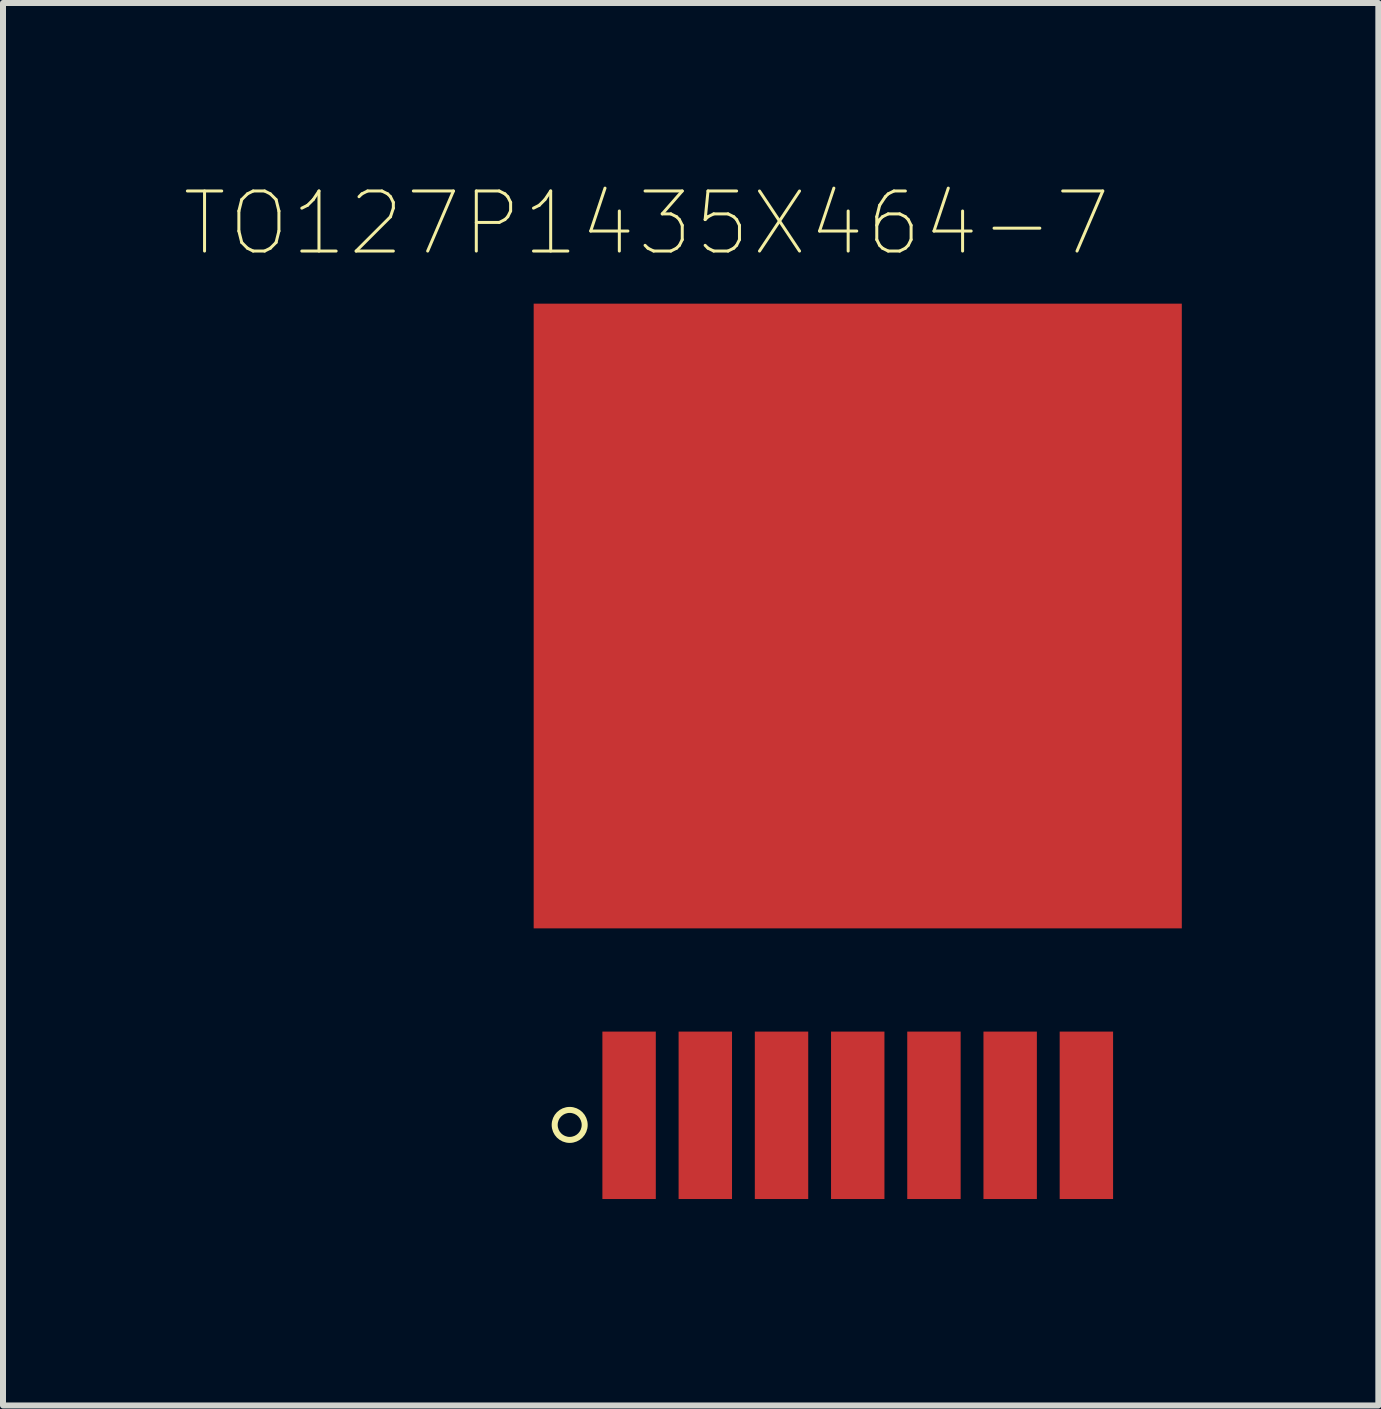
<source format=kicad_pcb>
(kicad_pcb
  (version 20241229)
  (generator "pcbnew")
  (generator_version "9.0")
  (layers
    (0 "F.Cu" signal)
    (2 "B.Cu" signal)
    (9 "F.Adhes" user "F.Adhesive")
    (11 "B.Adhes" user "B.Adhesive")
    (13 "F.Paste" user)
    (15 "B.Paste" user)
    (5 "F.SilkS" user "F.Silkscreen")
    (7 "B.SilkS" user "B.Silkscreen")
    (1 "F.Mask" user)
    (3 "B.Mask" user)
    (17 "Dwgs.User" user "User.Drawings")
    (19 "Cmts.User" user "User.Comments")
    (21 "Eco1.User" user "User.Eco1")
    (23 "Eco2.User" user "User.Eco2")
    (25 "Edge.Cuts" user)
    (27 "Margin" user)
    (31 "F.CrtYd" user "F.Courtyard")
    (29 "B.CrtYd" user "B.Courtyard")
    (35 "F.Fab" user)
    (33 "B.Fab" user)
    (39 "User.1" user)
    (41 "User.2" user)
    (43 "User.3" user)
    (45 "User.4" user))
  (footprint "TO127P1435X464-7"
    (layer "F.Cu")
    (at 11.243 9.345)
    (property "Reference" "TO127P1435X464-7" (at -3.52 -8.672 0) (layer "F.SilkS") (effects (font (size 1.001 1.001) (thickness 0.05))))
    (attr smd)
    (fp_circle (center -4.8 6.35) (end -4.55 6.35) (stroke (width 0.1) (type solid)) (fill no) (layer "F.SilkS"))
    (fp_line (start -5.65 -8) (end 5.65 -8) (stroke (width 0.05) (type solid)) (layer "Eco1.User"))
    (fp_line (start -5.65 8) (end -5.65 -8) (stroke (width 0.05) (type solid)) (layer "Eco1.User"))
    (fp_line (start 5.65 -8) (end 5.65 8) (stroke (width 0.05) (type solid)) (layer "Eco1.User"))
    (fp_line (start 5.65 8) (end -5.65 8) (stroke (width 0.05) (type solid)) (layer "Eco1.User"))
    (fp_line (start -5.08 -6.065) (end 5.08 -6.065) (stroke (width 0.127) (type solid)) (layer "Eco2.User"))
    (fp_line (start -5.08 2.575) (end -5.08 -6.065) (stroke (width 0.127) (type solid)) (layer "Eco2.User"))
    (fp_line (start -5.08 2.575) (end 5.08 2.575) (stroke (width 0.127) (type solid)) (layer "Eco2.User"))
    (fp_line (start 5.08 -6.065) (end 5.08 2.575) (stroke (width 0.127) (type solid)) (layer "Eco2.User"))
    (pad "1" smd rect (at -3.81 6.19) (size 0.89 2.79) (layers "F.Cu" "F.Mask" "F.Paste"))
    (pad "2" smd rect (at -2.54 6.19) (size 0.89 2.79) (layers "F.Cu" "F.Mask" "F.Paste"))
    (pad "3" smd rect (at -1.27 6.19) (size 0.89 2.79) (layers "F.Cu" "F.Mask" "F.Paste"))
    (pad "4" smd rect (at 0 6.19) (size 0.89 2.79) (layers "F.Cu" "F.Mask" "F.Paste"))
    (pad "5" smd rect (at 1.27 6.19) (size 0.89 2.79) (layers "F.Cu" "F.Mask" "F.Paste"))
    (pad "6" smd rect (at 2.54 6.19) (size 0.89 2.79) (layers "F.Cu" "F.Mask" "F.Paste"))
    (pad "7" smd rect (at 3.81 6.19) (size 0.89 2.79) (layers "F.Cu" "F.Mask" "F.Paste"))
    (pad "8" smd rect (at 0 -2.13) (size 10.8 10.41) (layers "F.Cu" "F.Mask" "F.Paste")))
  (gr_rect
    (start -3 -3)
    (end 19.918 20.37)
    (stroke (width 0.1) (type default))
    (fill no)
    (layer "Edge.Cuts")))
</source>
